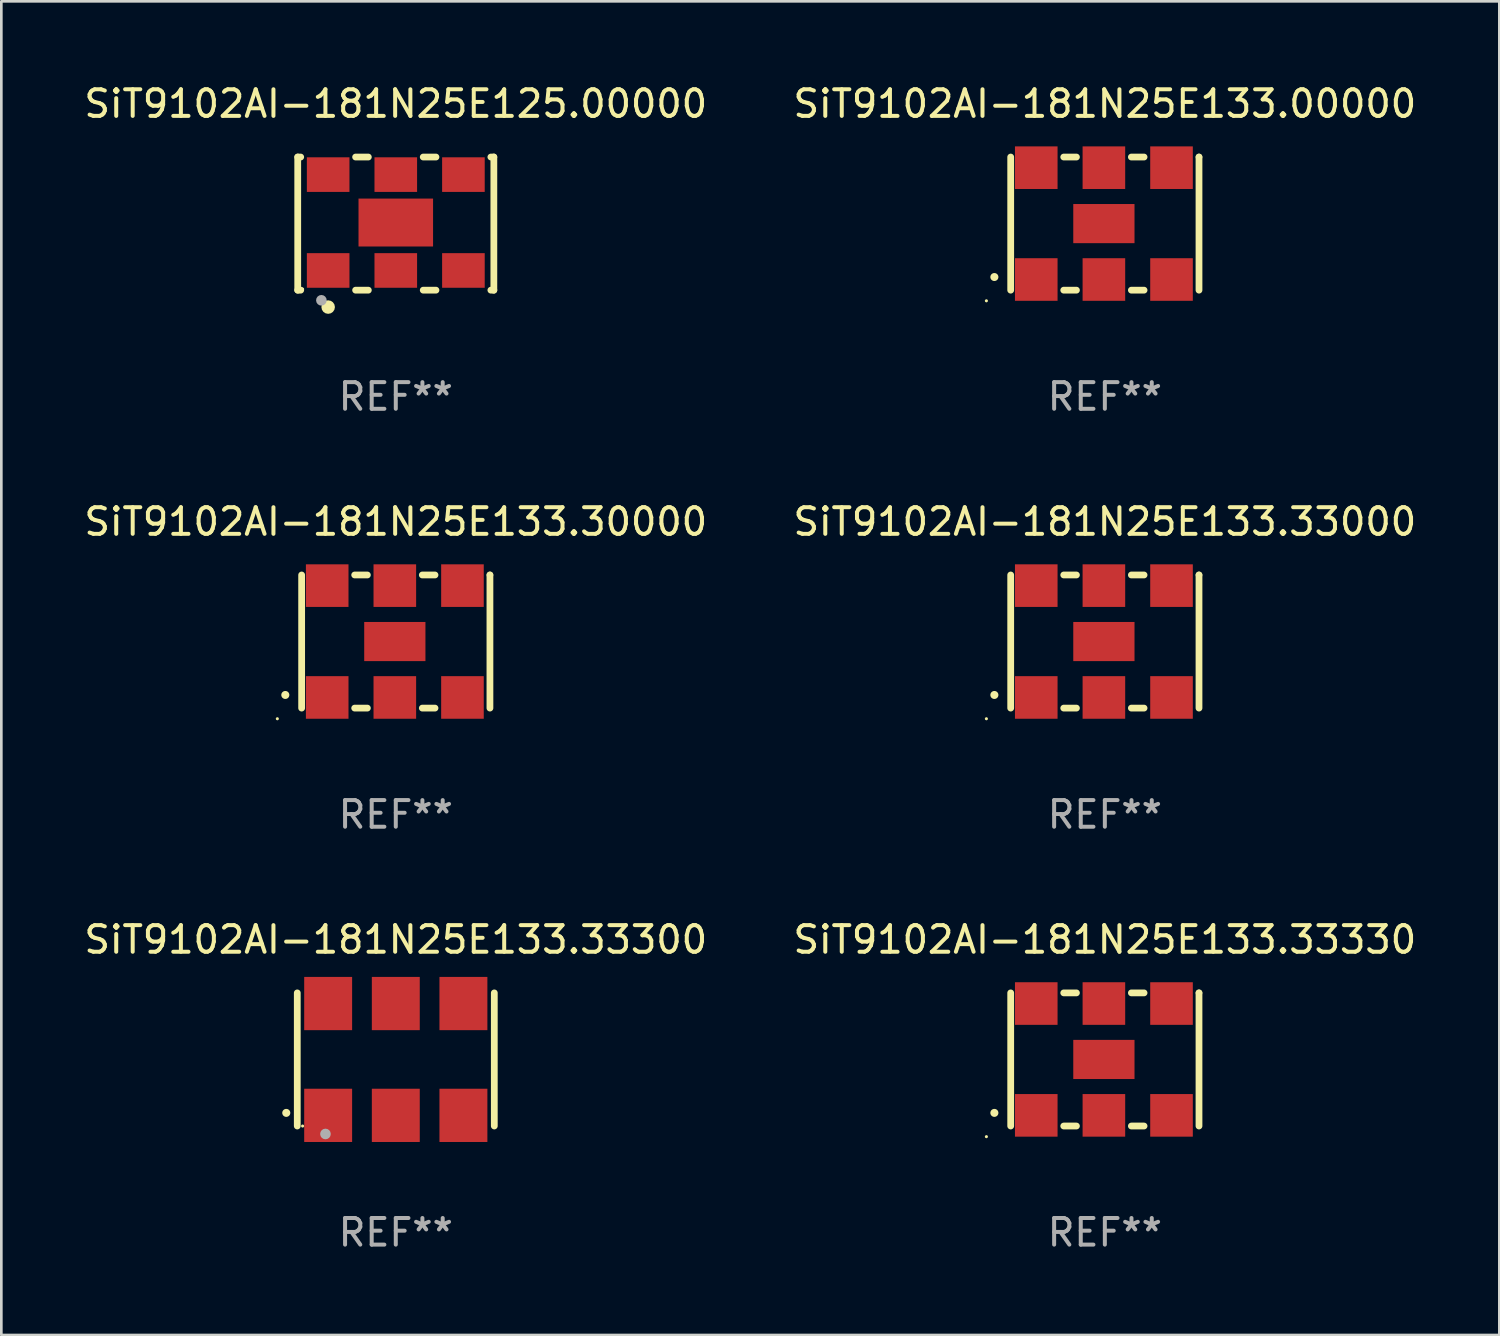
<source format=kicad_pcb>
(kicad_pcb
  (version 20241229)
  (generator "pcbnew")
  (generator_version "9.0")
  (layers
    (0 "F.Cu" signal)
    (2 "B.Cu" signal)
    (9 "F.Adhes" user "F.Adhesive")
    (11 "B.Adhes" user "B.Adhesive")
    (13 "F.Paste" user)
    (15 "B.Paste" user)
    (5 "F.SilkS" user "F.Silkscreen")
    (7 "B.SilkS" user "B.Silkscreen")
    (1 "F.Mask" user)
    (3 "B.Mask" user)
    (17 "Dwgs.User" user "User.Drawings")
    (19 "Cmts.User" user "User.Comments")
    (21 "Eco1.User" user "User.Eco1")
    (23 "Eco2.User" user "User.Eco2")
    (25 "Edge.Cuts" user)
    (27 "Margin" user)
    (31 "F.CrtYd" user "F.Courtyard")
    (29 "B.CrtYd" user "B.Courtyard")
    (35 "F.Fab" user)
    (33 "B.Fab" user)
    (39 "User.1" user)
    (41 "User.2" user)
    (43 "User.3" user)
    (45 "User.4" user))
  (footprint "SiT9102AI-181N25E133.30000"
    (layer "F.Cu")
    (at 11.815 21.045)
    (property "Reference" "SiT9102AI-181N25E133.30000" (at 0 -4.5 0) (layer "F.SilkS") (effects (font (size 1 1) (thickness 0.15))))
    (attr through_hole)
    (fp_line (start -3.536 -2.5) (end -3.536 2.5) (stroke (width 0.254) (type solid)) (layer "F.SilkS"))
    (fp_line (start -1.544 2.5) (end -1.067 2.5) (stroke (width 0.254) (type solid)) (layer "F.SilkS"))
    (fp_line (start -1.067 -2.5) (end -1.544 -2.5) (stroke (width 0.254) (type solid)) (layer "F.SilkS"))
    (fp_line (start 0.996 2.5) (end 1.473 2.5) (stroke (width 0.254) (type solid)) (layer "F.SilkS"))
    (fp_line (start 1.473 -2.5) (end 0.996 -2.5) (stroke (width 0.254) (type solid)) (layer "F.SilkS"))
    (fp_line (start 3.536 -2.5) (end 3.536 -2.5) (stroke (width 0.254) (type solid)) (layer "F.SilkS"))
    (fp_line (start 3.536 2.5) (end 3.536 -2.5) (stroke (width 0.254) (type solid)) (layer "F.SilkS"))
    (fp_arc (start -4.150432 2.006604) (mid -4.149162 2.006599) (end -4.147892 2.006604) (stroke (width 0.3) (type solid)) (layer "F.SilkS"))
    (fp_circle (center -4.449 2.9) (end -4.419 2.9) (stroke (width 0.06) (type solid)) (fill no) (layer "F.SilkS"))
    (fp_text user "REF**" (at 0 6.5 0) (layer "F.Fab") (effects (font (size 1 1) (thickness 0.15))))
    (pad "1" smd rect (at -2.576 2.1) (size 1.6 1.6) (layers "F.Cu" "F.Mask" "F.Paste"))
    (pad "2" smd rect (at -0.036 2.1) (size 1.6 1.6) (layers "F.Cu" "F.Mask" "F.Paste"))
    (pad "3" smd rect (at 2.504 2.1) (size 1.6 1.6) (layers "F.Cu" "F.Mask" "F.Paste"))
    (pad "4" smd rect (at 2.504 -2.1) (size 1.6 1.6) (layers "F.Cu" "F.Mask" "F.Paste"))
    (pad "5" smd rect (at -0.036 -2.1) (size 1.6 1.6) (layers "F.Cu" "F.Mask" "F.Paste"))
    (pad "6" smd rect (at -2.576 -2.1) (size 1.6 1.6) (layers "F.Cu" "F.Mask" "F.Paste"))
    (pad "7" smd rect (at -0.036 0) (size 2.3 1.47) (layers "F.Cu" "F.Mask" "F.Paste")))
  (footprint "SiT9102AI-181N25E133.00000"
    (layer "F.Cu")
    (at 38.446 5.348)
    (property "Reference" "SiT9102AI-181N25E133.00000" (at 0 -4.5 0) (layer "F.SilkS") (effects (font (size 1 1) (thickness 0.15))))
    (attr through_hole)
    (fp_line (start -3.536 -2.5) (end -3.536 2.5) (stroke (width 0.254) (type solid)) (layer "F.SilkS"))
    (fp_line (start -1.544 2.5) (end -1.067 2.5) (stroke (width 0.254) (type solid)) (layer "F.SilkS"))
    (fp_line (start -1.067 -2.5) (end -1.544 -2.5) (stroke (width 0.254) (type solid)) (layer "F.SilkS"))
    (fp_line (start 0.996 2.5) (end 1.473 2.5) (stroke (width 0.254) (type solid)) (layer "F.SilkS"))
    (fp_line (start 1.473 -2.5) (end 0.996 -2.5) (stroke (width 0.254) (type solid)) (layer "F.SilkS"))
    (fp_line (start 3.536 -2.5) (end 3.536 -2.5) (stroke (width 0.254) (type solid)) (layer "F.SilkS"))
    (fp_line (start 3.536 2.5) (end 3.536 -2.5) (stroke (width 0.254) (type solid)) (layer "F.SilkS"))
    (fp_arc (start -4.150432 2.006604) (mid -4.149162 2.006599) (end -4.147892 2.006604) (stroke (width 0.3) (type solid)) (layer "F.SilkS"))
    (fp_circle (center -4.449 2.9) (end -4.419 2.9) (stroke (width 0.06) (type solid)) (fill no) (layer "F.SilkS"))
    (fp_text user "REF**" (at 0 6.5 0) (layer "F.Fab") (effects (font (size 1 1) (thickness 0.15))))
    (pad "1" smd rect (at -2.576 2.1) (size 1.6 1.6) (layers "F.Cu" "F.Mask" "F.Paste"))
    (pad "2" smd rect (at -0.036 2.1) (size 1.6 1.6) (layers "F.Cu" "F.Mask" "F.Paste"))
    (pad "3" smd rect (at 2.504 2.1) (size 1.6 1.6) (layers "F.Cu" "F.Mask" "F.Paste"))
    (pad "4" smd rect (at 2.504 -2.1) (size 1.6 1.6) (layers "F.Cu" "F.Mask" "F.Paste"))
    (pad "5" smd rect (at -0.036 -2.1) (size 1.6 1.6) (layers "F.Cu" "F.Mask" "F.Paste"))
    (pad "6" smd rect (at -2.576 -2.1) (size 1.6 1.6) (layers "F.Cu" "F.Mask" "F.Paste"))
    (pad "7" smd rect (at -0.036 0) (size 2.3 1.47) (layers "F.Cu" "F.Mask" "F.Paste")))
  (footprint "SiT9102AI-181N25E125.00000"
    (layer "F.Cu")
    (at 11.815 5.348)
    (property "Reference" "SiT9102AI-181N25E125.00000" (at 0 -4.5 0) (layer "F.SilkS") (effects (font (size 1 1) (thickness 0.15))))
    (attr through_hole)
    (fp_line (start -3.683 -2.5) (end -3.571 -2.5) (stroke (width 0.254) (type solid)) (layer "F.SilkS"))
    (fp_line (start -3.683 2.5) (end -3.683 -2.5) (stroke (width 0.254) (type solid)) (layer "F.SilkS"))
    (fp_line (start -3.683 2.5) (end -3.571 2.5) (stroke (width 0.254) (type solid)) (layer "F.SilkS"))
    (fp_line (start -1.509 -2.5) (end -1.031 -2.5) (stroke (width 0.254) (type solid)) (layer "F.SilkS"))
    (fp_line (start -1.509 2.5) (end -1.031 2.5) (stroke (width 0.254) (type solid)) (layer "F.SilkS"))
    (fp_line (start 1.031 -2.5) (end 1.509 -2.5) (stroke (width 0.254) (type solid)) (layer "F.SilkS"))
    (fp_line (start 1.031 2.5) (end 1.509 2.5) (stroke (width 0.254) (type solid)) (layer "F.SilkS"))
    (fp_line (start 3.571 -2.5) (end 3.683 -2.5) (stroke (width 0.254) (type solid)) (layer "F.SilkS"))
    (fp_line (start 3.571 2.5) (end 3.683 2.5) (stroke (width 0.254) (type solid)) (layer "F.SilkS"))
    (fp_line (start 3.683 2.5) (end 3.683 -2.5) (stroke (width 0.254) (type solid)) (layer "F.SilkS"))
    (fp_circle (center -3.5 2.46) (end -3.47 2.46) (stroke (width 0.06) (type solid)) (fill no) (layer "F.SilkS"))
    (fp_circle (center -2.54 3.135) (end -2.413 3.135) (stroke (width 0.254) (type solid)) (fill no) (layer "F.SilkS"))
    (fp_circle (center -2.794 2.881) (end -2.694 2.881) (stroke (width 0.2) (type solid)) (fill no) (layer "F.Fab"))
    (fp_text user "REF**" (at 0 6.5 0) (layer "F.Fab") (effects (font (size 1 1) (thickness 0.15))))
    (pad "1" smd rect (at -2.54 1.76) (size 1.6 1.3) (layers "F.Cu" "F.Mask" "F.Paste"))
    (pad "2" smd rect (at 0 1.76) (size 1.6 1.3) (layers "F.Cu" "F.Mask" "F.Paste"))
    (pad "3" smd rect (at 2.54 1.76) (size 1.6 1.3) (layers "F.Cu" "F.Mask" "F.Paste"))
    (pad "4" smd rect (at 2.54 -1.84) (size 1.6 1.3) (layers "F.Cu" "F.Mask" "F.Paste"))
    (pad "5" smd rect (at 0 -1.84) (size 1.6 1.3) (layers "F.Cu" "F.Mask" "F.Paste"))
    (pad "6" smd rect (at -2.54 -1.84) (size 1.6 1.3) (layers "F.Cu" "F.Mask" "F.Paste"))
    (pad "7" smd rect (at 0 -0.04) (size 2.8 1.8) (layers "F.Cu" "F.Mask" "F.Paste")))
  (footprint "SiT9102AI-181N25E133.33000"
    (layer "F.Cu")
    (at 38.446 21.045)
    (property "Reference" "SiT9102AI-181N25E133.33000" (at 0 -4.5 0) (layer "F.SilkS") (effects (font (size 1 1) (thickness 0.15))))
    (attr through_hole)
    (fp_line (start -3.536 -2.5) (end -3.536 2.5) (stroke (width 0.254) (type solid)) (layer "F.SilkS"))
    (fp_line (start -1.544 2.5) (end -1.067 2.5) (stroke (width 0.254) (type solid)) (layer "F.SilkS"))
    (fp_line (start -1.067 -2.5) (end -1.544 -2.5) (stroke (width 0.254) (type solid)) (layer "F.SilkS"))
    (fp_line (start 0.996 2.5) (end 1.473 2.5) (stroke (width 0.254) (type solid)) (layer "F.SilkS"))
    (fp_line (start 1.473 -2.5) (end 0.996 -2.5) (stroke (width 0.254) (type solid)) (layer "F.SilkS"))
    (fp_line (start 3.536 -2.5) (end 3.536 -2.5) (stroke (width 0.254) (type solid)) (layer "F.SilkS"))
    (fp_line (start 3.536 2.5) (end 3.536 -2.5) (stroke (width 0.254) (type solid)) (layer "F.SilkS"))
    (fp_arc (start -4.150432 2.006604) (mid -4.149162 2.006599) (end -4.147892 2.006604) (stroke (width 0.3) (type solid)) (layer "F.SilkS"))
    (fp_circle (center -4.449 2.9) (end -4.419 2.9) (stroke (width 0.06) (type solid)) (fill no) (layer "F.SilkS"))
    (fp_text user "REF**" (at 0 6.5 0) (layer "F.Fab") (effects (font (size 1 1) (thickness 0.15))))
    (pad "1" smd rect (at -2.576 2.1) (size 1.6 1.6) (layers "F.Cu" "F.Mask" "F.Paste"))
    (pad "2" smd rect (at -0.036 2.1) (size 1.6 1.6) (layers "F.Cu" "F.Mask" "F.Paste"))
    (pad "3" smd rect (at 2.504 2.1) (size 1.6 1.6) (layers "F.Cu" "F.Mask" "F.Paste"))
    (pad "4" smd rect (at 2.504 -2.1) (size 1.6 1.6) (layers "F.Cu" "F.Mask" "F.Paste"))
    (pad "5" smd rect (at -0.036 -2.1) (size 1.6 1.6) (layers "F.Cu" "F.Mask" "F.Paste"))
    (pad "6" smd rect (at -2.576 -2.1) (size 1.6 1.6) (layers "F.Cu" "F.Mask" "F.Paste"))
    (pad "7" smd rect (at -0.036 0) (size 2.3 1.47) (layers "F.Cu" "F.Mask" "F.Paste")))
  (footprint "SiT9102AI-181N25E133.33300"
    (layer "F.Cu")
    (at 11.815 36.741)
    (property "Reference" "SiT9102AI-181N25E133.33300" (at 0 -4.5 0) (layer "F.SilkS") (effects (font (size 1 1) (thickness 0.15))))
    (attr through_hole)
    (fp_line (start -3.7 -2.5) (end -3.7 2.5) (stroke (width 0.254) (type solid)) (layer "F.SilkS"))
    (fp_line (start 3.7 -2.5) (end 3.7 2.5) (stroke (width 0.254) (type solid)) (layer "F.SilkS"))
    (fp_arc (start -4.114415 2.006604) (mid -4.113145 2.006599) (end -4.111875 2.006604) (stroke (width 0.3) (type solid)) (layer "F.SilkS"))
    (fp_circle (center -3.5 2.501) (end -3.47 2.501) (stroke (width 0.06) (type solid)) (fill no) (layer "F.SilkS"))
    (fp_circle (center -2.641 2.799) (end -2.541 2.799) (stroke (width 0.2) (type solid)) (fill no) (layer "F.Fab"))
    (fp_text user "REF**" (at 0 6.5 0) (layer "F.Fab") (effects (font (size 1 1) (thickness 0.15))))
    (pad "1" smd rect (at -2.54 2.1) (size 1.8 2) (layers "F.Cu" "F.Mask" "F.Paste"))
    (pad "2" smd rect (at 0.000394 2.1) (size 1.8 2) (layers "F.Cu" "F.Mask" "F.Paste"))
    (pad "3" smd rect (at 2.54 2.1) (size 1.8 2) (layers "F.Cu" "F.Mask" "F.Paste"))
    (pad "4" smd rect (at 2.54 -2.1) (size 1.8 2) (layers "F.Cu" "F.Mask" "F.Paste"))
    (pad "5" smd rect (at 0.000394 -2.1) (size 1.8 2) (layers "F.Cu" "F.Mask" "F.Paste"))
    (pad "6" smd rect (at -2.54 -2.1) (size 1.8 2) (layers "F.Cu" "F.Mask" "F.Paste")))
  (footprint "SiT9102AI-181N25E133.33330"
    (layer "F.Cu")
    (at 38.446 36.741)
    (property "Reference" "SiT9102AI-181N25E133.33330" (at 0 -4.5 0) (layer "F.SilkS") (effects (font (size 1 1) (thickness 0.15))))
    (attr through_hole)
    (fp_line (start -3.536 -2.5) (end -3.536 2.5) (stroke (width 0.254) (type solid)) (layer "F.SilkS"))
    (fp_line (start -1.544 2.5) (end -1.067 2.5) (stroke (width 0.254) (type solid)) (layer "F.SilkS"))
    (fp_line (start -1.067 -2.5) (end -1.544 -2.5) (stroke (width 0.254) (type solid)) (layer "F.SilkS"))
    (fp_line (start 0.996 2.5) (end 1.473 2.5) (stroke (width 0.254) (type solid)) (layer "F.SilkS"))
    (fp_line (start 1.473 -2.5) (end 0.996 -2.5) (stroke (width 0.254) (type solid)) (layer "F.SilkS"))
    (fp_line (start 3.536 -2.5) (end 3.536 -2.5) (stroke (width 0.254) (type solid)) (layer "F.SilkS"))
    (fp_line (start 3.536 2.5) (end 3.536 -2.5) (stroke (width 0.254) (type solid)) (layer "F.SilkS"))
    (fp_arc (start -4.150432 2.006604) (mid -4.149162 2.006599) (end -4.147892 2.006604) (stroke (width 0.3) (type solid)) (layer "F.SilkS"))
    (fp_circle (center -4.449 2.9) (end -4.419 2.9) (stroke (width 0.06) (type solid)) (fill no) (layer "F.SilkS"))
    (fp_text user "REF**" (at 0 6.5 0) (layer "F.Fab") (effects (font (size 1 1) (thickness 0.15))))
    (pad "1" smd rect (at -2.576 2.1) (size 1.6 1.6) (layers "F.Cu" "F.Mask" "F.Paste"))
    (pad "2" smd rect (at -0.036 2.1) (size 1.6 1.6) (layers "F.Cu" "F.Mask" "F.Paste"))
    (pad "3" smd rect (at 2.504 2.1) (size 1.6 1.6) (layers "F.Cu" "F.Mask" "F.Paste"))
    (pad "4" smd rect (at 2.504 -2.1) (size 1.6 1.6) (layers "F.Cu" "F.Mask" "F.Paste"))
    (pad "5" smd rect (at -0.036 -2.1) (size 1.6 1.6) (layers "F.Cu" "F.Mask" "F.Paste"))
    (pad "6" smd rect (at -2.576 -2.1) (size 1.6 1.6) (layers "F.Cu" "F.Mask" "F.Paste"))
    (pad "7" smd rect (at -0.036 0) (size 2.3 1.47) (layers "F.Cu" "F.Mask" "F.Paste")))
  (gr_rect
    (start -3 -3)
    (end 53.262 47.09)
    (stroke (width 0.1) (type default))
    (fill no)
    (layer "Edge.Cuts")))
</source>
